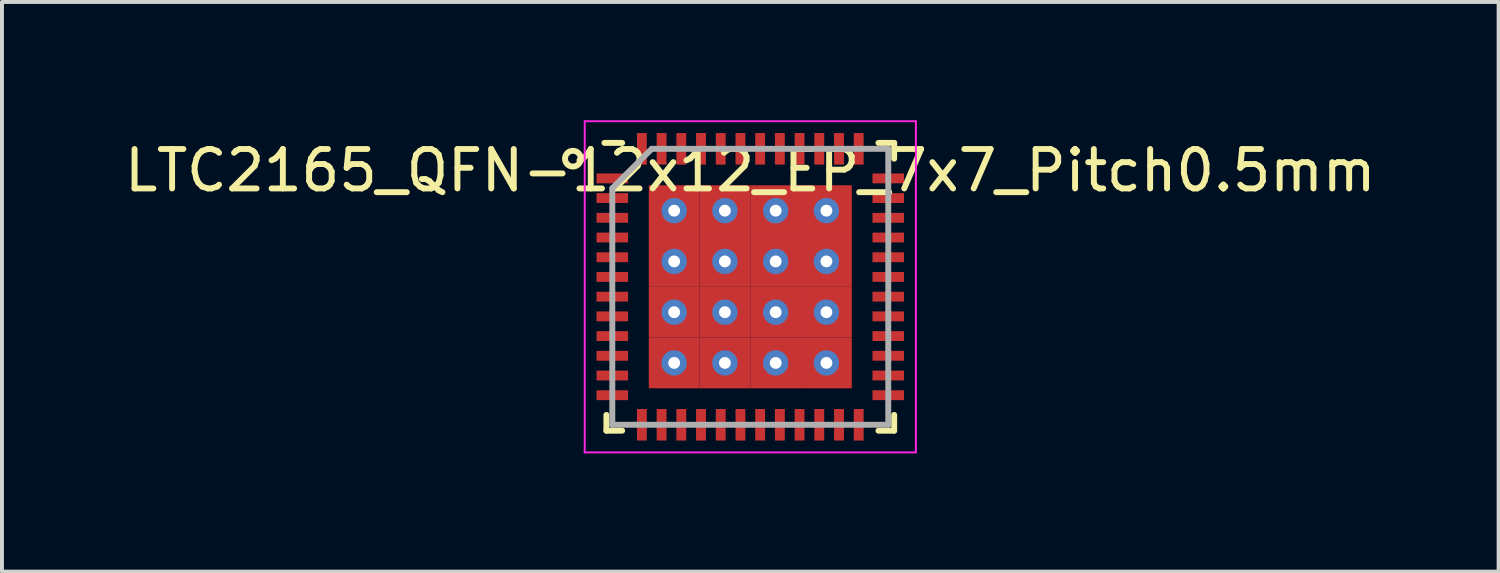
<source format=kicad_pcb>
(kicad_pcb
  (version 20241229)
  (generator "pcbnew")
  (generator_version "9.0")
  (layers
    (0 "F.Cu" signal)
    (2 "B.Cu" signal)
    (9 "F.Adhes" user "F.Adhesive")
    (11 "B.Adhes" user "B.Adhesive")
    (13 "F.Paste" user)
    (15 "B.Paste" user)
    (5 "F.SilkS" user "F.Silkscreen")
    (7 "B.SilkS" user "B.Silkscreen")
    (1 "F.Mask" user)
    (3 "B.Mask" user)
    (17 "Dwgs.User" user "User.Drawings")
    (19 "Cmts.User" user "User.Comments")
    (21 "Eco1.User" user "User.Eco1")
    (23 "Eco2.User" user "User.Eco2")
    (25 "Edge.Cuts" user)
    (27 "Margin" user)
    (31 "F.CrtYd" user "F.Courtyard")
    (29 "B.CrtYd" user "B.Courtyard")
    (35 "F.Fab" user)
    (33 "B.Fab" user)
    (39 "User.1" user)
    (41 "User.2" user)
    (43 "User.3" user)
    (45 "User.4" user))
  (footprint "LTC2165_QFN-12x12_EP_7x7_Pitch0.5mm"
    (layer "F.Cu")
    (at 15.982 4.225)
    (property "Reference" "LTC2165_QFN-12x12_EP_7x7_Pitch0.5mm" (at 0 -2.95 0) (layer "F.SilkS") (effects (font (size 1 1) (thickness 0.15))))
    (attr through_hole)
    (fp_line (start -3.65 3.65) (end -3.65 3.25) (stroke (width 0.15) (type default)) (layer "F.SilkS"))
    (fp_line (start -3.25 -3.65) (end -3.7 -3.65) (stroke (width 0.15) (type default)) (layer "F.SilkS"))
    (fp_line (start -3.25 3.65) (end -3.65 3.65) (stroke (width 0.15) (type default)) (layer "F.SilkS"))
    (fp_line (start 3.25 -3.65) (end 3.65 -3.65) (stroke (width 0.15) (type default)) (layer "F.SilkS"))
    (fp_line (start 3.25 3.65) (end 3.65 3.65) (stroke (width 0.15) (type default)) (layer "F.SilkS"))
    (fp_line (start 3.65 -3.65) (end 3.65 -3.25) (stroke (width 0.15) (type default)) (layer "F.SilkS"))
    (fp_line (start 3.65 3.65) (end 3.65 3.25) (stroke (width 0.15) (type default)) (layer "F.SilkS"))
    (fp_circle (center -4.5 -3.25) (end -4.5 -3.05) (stroke (width 0.15) (type default)) (fill no) (layer "F.SilkS"))
    (fp_line (start -4.2 -4.2) (end 4.2 -4.2) (stroke (width 0.05) (type default)) (layer "F.CrtYd"))
    (fp_line (start -4.2 4.2) (end -4.2 -4.2) (stroke (width 0.05) (type default)) (layer "F.CrtYd"))
    (fp_line (start 4.2 -4.2) (end 4.2 4.2) (stroke (width 0.05) (type default)) (layer "F.CrtYd"))
    (fp_line (start 4.2 4.2) (end -4.2 4.2) (stroke (width 0.05) (type default)) (layer "F.CrtYd"))
    (fp_line (start -3.5 -2.5) (end -3.5 3.5) (stroke (width 0.15) (type default)) (layer "F.Fab"))
    (fp_line (start -3.5 3.5) (end 3.5 3.5) (stroke (width 0.15) (type default)) (layer "F.Fab"))
    (fp_line (start -2.5 -3.5) (end -3.5 -2.5) (stroke (width 0.15) (type default)) (layer "F.Fab"))
    (fp_line (start 3.5 -3.5) (end -2.5 -3.5) (stroke (width 0.15) (type default)) (layer "F.Fab"))
    (fp_line (start 3.5 3.5) (end 3.5 -3.5) (stroke (width 0.15) (type default)) (layer "F.Fab"))
    (pad "1" smd rect (at -3.5 -2.75 90) (size 0.25 0.8) (layers "F.Cu" "F.Mask" "F.Paste"))
    (pad "2" smd rect (at -3.5 -2.25 90) (size 0.25 0.8) (layers "F.Cu" "F.Mask" "F.Paste"))
    (pad "3" smd rect (at -3.5 -1.75 90) (size 0.25 0.8) (layers "F.Cu" "F.Mask" "F.Paste"))
    (pad "4" smd rect (at -3.5 -1.25 90) (size 0.25 0.8) (layers "F.Cu" "F.Mask" "F.Paste"))
    (pad "5" smd rect (at -3.5 -0.75 90) (size 0.25 0.8) (layers "F.Cu" "F.Mask" "F.Paste"))
    (pad "6" smd rect (at -3.5 -0.25 90) (size 0.25 0.8) (layers "F.Cu" "F.Mask" "F.Paste"))
    (pad "7" smd rect (at -3.5 0.25 90) (size 0.25 0.8) (layers "F.Cu" "F.Mask" "F.Paste"))
    (pad "8" smd rect (at -3.5 0.75 90) (size 0.25 0.8) (layers "F.Cu" "F.Mask" "F.Paste"))
    (pad "9" smd rect (at -3.5 1.25 90) (size 0.25 0.8) (layers "F.Cu" "F.Mask" "F.Paste"))
    (pad "10" smd rect (at -3.5 1.75 90) (size 0.25 0.8) (layers "F.Cu" "F.Mask" "F.Paste"))
    (pad "11" smd rect (at -3.5 2.25 90) (size 0.25 0.8) (layers "F.Cu" "F.Mask" "F.Paste"))
    (pad "12" smd rect (at -3.5 2.75 90) (size 0.25 0.8) (layers "F.Cu" "F.Mask" "F.Paste"))
    (pad "13" smd rect (at -2.75 3.5) (size 0.25 0.8) (layers "F.Cu" "F.Mask" "F.Paste"))
    (pad "14" smd rect (at -2.25 3.5) (size 0.25 0.8) (layers "F.Cu" "F.Mask" "F.Paste"))
    (pad "15" smd rect (at -1.75 3.5) (size 0.25 0.8) (layers "F.Cu" "F.Mask" "F.Paste"))
    (pad "16" smd rect (at -1.25 3.5) (size 0.25 0.8) (layers "F.Cu" "F.Mask" "F.Paste"))
    (pad "17" smd rect (at -0.75 3.5) (size 0.25 0.8) (layers "F.Cu" "F.Mask" "F.Paste"))
    (pad "18" smd rect (at -0.25 3.5) (size 0.25 0.8) (layers "F.Cu" "F.Mask" "F.Paste"))
    (pad "19" smd rect (at 0.25 3.5) (size 0.25 0.8) (layers "F.Cu" "F.Mask" "F.Paste"))
    (pad "20" smd rect (at 0.75 3.5) (size 0.25 0.8) (layers "F.Cu" "F.Mask" "F.Paste"))
    (pad "21" smd rect (at 1.25 3.5) (size 0.25 0.8) (layers "F.Cu" "F.Mask" "F.Paste"))
    (pad "22" smd rect (at 1.75 3.5) (size 0.25 0.8) (layers "F.Cu" "F.Mask" "F.Paste"))
    (pad "23" smd rect (at 2.25 3.5) (size 0.25 0.8) (layers "F.Cu" "F.Mask" "F.Paste"))
    (pad "24" smd rect (at 2.75 3.5) (size 0.25 0.8) (layers "F.Cu" "F.Mask" "F.Paste"))
    (pad "25" smd rect (at 3.5 2.75 90) (size 0.25 0.8) (layers "F.Cu" "F.Mask" "F.Paste"))
    (pad "26" smd rect (at 3.5 2.25 90) (size 0.25 0.8) (layers "F.Cu" "F.Mask" "F.Paste"))
    (pad "27" smd rect (at 3.5 1.75 90) (size 0.25 0.8) (layers "F.Cu" "F.Mask" "F.Paste"))
    (pad "28" smd rect (at 3.5 1.25 90) (size 0.25 0.8) (layers "F.Cu" "F.Mask" "F.Paste"))
    (pad "29" smd rect (at 3.5 0.75 90) (size 0.25 0.8) (layers "F.Cu" "F.Mask" "F.Paste"))
    (pad "30" smd rect (at 3.5 0.25 90) (size 0.25 0.8) (layers "F.Cu" "F.Mask" "F.Paste"))
    (pad "31" smd rect (at 3.5 -0.25 90) (size 0.25 0.8) (layers "F.Cu" "F.Mask" "F.Paste"))
    (pad "32" smd rect (at 3.5 -0.75 90) (size 0.25 0.8) (layers "F.Cu" "F.Mask" "F.Paste"))
    (pad "33" smd rect (at 3.5 -1.25 90) (size 0.25 0.8) (layers "F.Cu" "F.Mask" "F.Paste"))
    (pad "34" smd rect (at 3.5 -1.75 90) (size 0.25 0.8) (layers "F.Cu" "F.Mask" "F.Paste"))
    (pad "35" smd rect (at 3.5 -2.25 90) (size 0.25 0.8) (layers "F.Cu" "F.Mask" "F.Paste"))
    (pad "36" smd rect (at 3.5 -2.75 90) (size 0.25 0.8) (layers "F.Cu" "F.Mask" "F.Paste"))
    (pad "37" smd rect (at 2.75 -3.5) (size 0.25 0.8) (layers "F.Cu" "F.Mask" "F.Paste"))
    (pad "38" smd rect (at 2.25 -3.5) (size 0.25 0.8) (layers "F.Cu" "F.Mask" "F.Paste"))
    (pad "39" smd rect (at 1.75 -3.5) (size 0.25 0.8) (layers "F.Cu" "F.Mask" "F.Paste"))
    (pad "40" smd rect (at 1.25 -3.5) (size 0.25 0.8) (layers "F.Cu" "F.Mask" "F.Paste"))
    (pad "41" smd rect (at 0.75 -3.5) (size 0.25 0.8) (layers "F.Cu" "F.Mask" "F.Paste"))
    (pad "42" smd rect (at 0.25 -3.5) (size 0.25 0.8) (layers "F.Cu" "F.Mask" "F.Paste"))
    (pad "43" smd rect (at -0.25 -3.5) (size 0.25 0.8) (layers "F.Cu" "F.Mask" "F.Paste"))
    (pad "44" smd rect (at -0.75 -3.5) (size 0.25 0.8) (layers "F.Cu" "F.Mask" "F.Paste"))
    (pad "45" smd rect (at -1.25 -3.5) (size 0.25 0.8) (layers "F.Cu" "F.Mask" "F.Paste"))
    (pad "46" smd rect (at -1.75 -3.5) (size 0.25 0.8) (layers "F.Cu" "F.Mask" "F.Paste"))
    (pad "47" smd rect (at -2.25 -3.5) (size 0.25 0.8) (layers "F.Cu" "F.Mask" "F.Paste"))
    (pad "48" smd rect (at -2.75 -3.5) (size 0.25 0.8) (layers "F.Cu" "F.Mask" "F.Paste"))
    (pad "49" thru_hole circle (at -1.931 -1.931) (size 0.644 0.644) (drill 0.3) (layers "*.Cu" "*.Mask"))
    (pad "49" smd rect (at -1.931 -1.931) (size 1.288 1.288) (layers "F.Cu" "F.Mask" "F.Paste"))
    (pad "49" thru_hole circle (at -1.931 -0.644) (size 0.644 0.644) (drill 0.3) (layers "*.Cu" "*.Mask"))
    (pad "49" smd rect (at -1.931 -0.644) (size 1.288 1.288) (layers "F.Cu" "F.Mask" "F.Paste"))
    (pad "49" thru_hole circle (at -1.931 0.644) (size 0.644 0.644) (drill 0.3) (layers "*.Cu" "*.Mask"))
    (pad "49" smd rect (at -1.931 0.644) (size 1.288 1.288) (layers "F.Cu" "F.Mask" "F.Paste"))
    (pad "49" thru_hole circle (at -1.931 1.931) (size 0.644 0.644) (drill 0.3) (layers "*.Cu" "*.Mask"))
    (pad "49" smd rect (at -1.931 1.931) (size 1.288 1.288) (layers "F.Cu" "F.Mask" "F.Paste"))
    (pad "49" thru_hole circle (at -0.644 -1.931) (size 0.644 0.644) (drill 0.3) (layers "*.Cu" "*.Mask"))
    (pad "49" smd rect (at -0.644 -1.931) (size 1.288 1.288) (layers "F.Cu" "F.Mask" "F.Paste"))
    (pad "49" thru_hole circle (at -0.644 -0.644) (size 0.644 0.644) (drill 0.3) (layers "*.Cu" "*.Mask"))
    (pad "49" smd rect (at -0.644 -0.644) (size 1.288 1.288) (layers "F.Cu" "F.Mask" "F.Paste"))
    (pad "49" thru_hole circle (at -0.644 0.644) (size 0.644 0.644) (drill 0.3) (layers "*.Cu" "*.Mask"))
    (pad "49" smd rect (at -0.644 0.644) (size 1.288 1.288) (layers "F.Cu" "F.Mask" "F.Paste"))
    (pad "49" thru_hole circle (at -0.644 1.931) (size 0.644 0.644) (drill 0.3) (layers "*.Cu" "*.Mask"))
    (pad "49" smd rect (at -0.644 1.931) (size 1.288 1.288) (layers "F.Cu" "F.Mask" "F.Paste"))
    (pad "49" thru_hole circle (at 0.644 -1.931) (size 0.644 0.644) (drill 0.3) (layers "*.Cu" "*.Mask"))
    (pad "49" smd rect (at 0.644 -1.931) (size 1.288 1.288) (layers "F.Cu" "F.Mask" "F.Paste"))
    (pad "49" thru_hole circle (at 0.644 -0.644) (size 0.644 0.644) (drill 0.3) (layers "*.Cu" "*.Mask"))
    (pad "49" smd rect (at 0.644 -0.644) (size 1.288 1.288) (layers "F.Cu" "F.Mask" "F.Paste"))
    (pad "49" thru_hole circle (at 0.644 0.644) (size 0.644 0.644) (drill 0.3) (layers "*.Cu" "*.Mask"))
    (pad "49" smd rect (at 0.644 0.644) (size 1.288 1.288) (layers "F.Cu" "F.Mask" "F.Paste"))
    (pad "49" thru_hole circle (at 0.644 1.931) (size 0.644 0.644) (drill 0.3) (layers "*.Cu" "*.Mask"))
    (pad "49" smd rect (at 0.644 1.931) (size 1.288 1.288) (layers "F.Cu" "F.Mask" "F.Paste"))
    (pad "49" thru_hole circle (at 1.931 -1.931) (size 0.644 0.644) (drill 0.3) (layers "*.Cu" "*.Mask"))
    (pad "49" smd rect (at 1.931 -1.931) (size 1.288 1.288) (layers "F.Cu" "F.Mask" "F.Paste"))
    (pad "49" thru_hole circle (at 1.931 -0.644) (size 0.644 0.644) (drill 0.3) (layers "*.Cu" "*.Mask"))
    (pad "49" smd rect (at 1.931 -0.644) (size 1.288 1.288) (layers "F.Cu" "F.Mask" "F.Paste"))
    (pad "49" thru_hole circle (at 1.931 0.644) (size 0.644 0.644) (drill 0.3) (layers "*.Cu" "*.Mask"))
    (pad "49" smd rect (at 1.931 0.644) (size 1.288 1.288) (layers "F.Cu" "F.Mask" "F.Paste"))
    (pad "49" thru_hole circle (at 1.931 1.931) (size 0.644 0.644) (drill 0.3) (layers "*.Cu" "*.Mask"))
    (pad "49" smd rect (at 1.931 1.931) (size 1.288 1.288) (layers "F.Cu" "F.Mask" "F.Paste")))
  (gr_rect
    (start -3 -3)
    (end 34.964 11.45)
    (stroke (width 0.1) (type default))
    (fill no)
    (layer "Edge.Cuts")))
</source>
